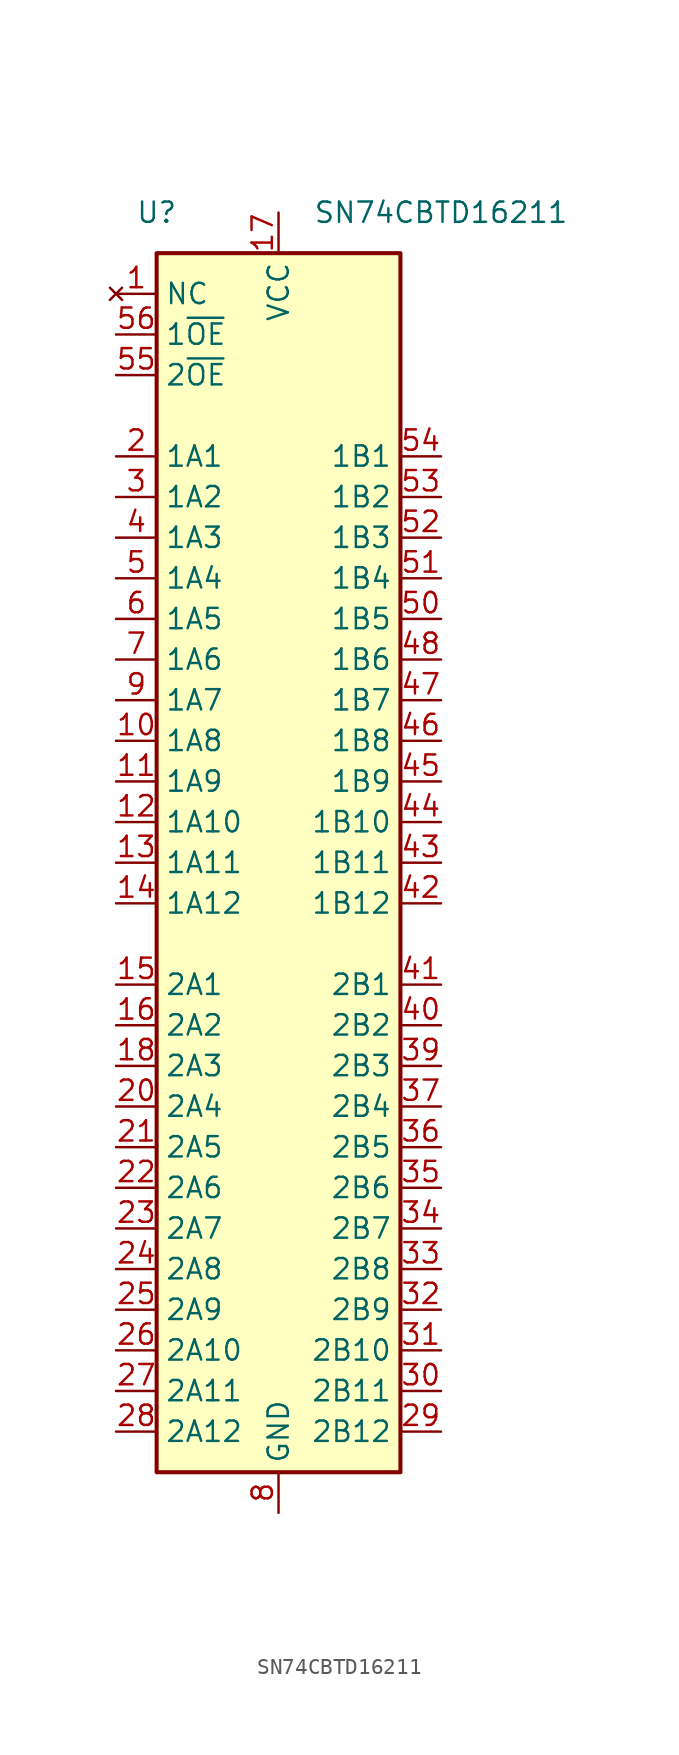
<source format=kicad_sym>
(kicad_symbol_lib
  (version 20201005)
  (generator kicad_symbol_editor)
  (symbol "SN74CBTD16211"
    (property "Reference" "U"
      (at -7.62 40.64 0)
      (effects (font (size 1.27 1.27))))
    (property "Value" "SN74CBTD16211"
      (at 10.16 40.64 0)
      (effects (font (size 1.27 1.27))))
    (symbol "SN74CBTD16211_0_1"
      (rectangle (start -7.62 38.1) (end 7.62 -38.1) (stroke (width 0.254)) (fill (type background))))
    (symbol "SN74CBTD16211_1_0"
      (pin bidirectional line (at -10.16 7.62 0) (length 2.54) (name "1A8" (effects (font (size 1.27 1.27)))) (number "10" (effects (font (size 1.27 1.27)))))
      (pin bidirectional line (at -10.16 5.08 0) (length 2.54) (name "1A9" (effects (font (size 1.27 1.27)))) (number "11" (effects (font (size 1.27 1.27)))))
      (pin bidirectional line (at -10.16 2.54 0) (length 2.54) (name "1A10" (effects (font (size 1.27 1.27)))) (number "12" (effects (font (size 1.27 1.27)))))
      (pin bidirectional line (at -10.16 0 0) (length 2.54) (name "1A11" (effects (font (size 1.27 1.27)))) (number "13" (effects (font (size 1.27 1.27)))))
      (pin bidirectional line (at -10.16 -2.54 0) (length 2.54) (name "1A12" (effects (font (size 1.27 1.27)))) (number "14" (effects (font (size 1.27 1.27)))))
      (pin bidirectional line (at -10.16 -7.62 0) (length 2.54) (name "2A1" (effects (font (size 1.27 1.27)))) (number "15" (effects (font (size 1.27 1.27)))))
      (pin bidirectional line (at -10.16 -10.16 0) (length 2.54) (name "2A2" (effects (font (size 1.27 1.27)))) (number "16" (effects (font (size 1.27 1.27)))))
      (pin power_in line (at 0 40.64 270) (length 2.54) (name "VCC" (effects (font (size 1.27 1.27)))) (number "17" (effects (font (size 1.27 1.27)))))
      (pin bidirectional line (at -10.16 -12.7 0) (length 2.54) (name "2A3" (effects (font (size 1.27 1.27)))) (number "18" (effects (font (size 1.27 1.27)))))
      (pin passive line (at 0 -40.64 90) (length 2.54) hide (name "GND" (effects (font (size 1.27 1.27)))) (number "19" (effects (font (size 1.27 1.27)))))
      (pin bidirectional line (at -10.16 25.4 0) (length 2.54) (name "1A1" (effects (font (size 1.27 1.27)))) (number "2" (effects (font (size 1.27 1.27)))))
      (pin bidirectional line (at -10.16 -15.24 0) (length 2.54) (name "2A4" (effects (font (size 1.27 1.27)))) (number "20" (effects (font (size 1.27 1.27)))))
      (pin bidirectional line (at -10.16 -17.78 0) (length 2.54) (name "2A5" (effects (font (size 1.27 1.27)))) (number "21" (effects (font (size 1.27 1.27)))))
      (pin bidirectional line (at -10.16 -20.32 0) (length 2.54) (name "2A6" (effects (font (size 1.27 1.27)))) (number "22" (effects (font (size 1.27 1.27)))))
      (pin bidirectional line (at -10.16 -22.86 0) (length 2.54) (name "2A7" (effects (font (size 1.27 1.27)))) (number "23" (effects (font (size 1.27 1.27)))))
      (pin bidirectional line (at -10.16 -25.4 0) (length 2.54) (name "2A8" (effects (font (size 1.27 1.27)))) (number "24" (effects (font (size 1.27 1.27)))))
      (pin bidirectional line (at -10.16 -27.94 0) (length 2.54) (name "2A9" (effects (font (size 1.27 1.27)))) (number "25" (effects (font (size 1.27 1.27)))))
      (pin bidirectional line (at -10.16 -30.48 0) (length 2.54) (name "2A10" (effects (font (size 1.27 1.27)))) (number "26" (effects (font (size 1.27 1.27)))))
      (pin bidirectional line (at -10.16 -33.02 0) (length 2.54) (name "2A11" (effects (font (size 1.27 1.27)))) (number "27" (effects (font (size 1.27 1.27)))))
      (pin bidirectional line (at -10.16 -35.56 0) (length 2.54) (name "2A12" (effects (font (size 1.27 1.27)))) (number "28" (effects (font (size 1.27 1.27)))))
      (pin bidirectional line (at 10.16 -35.56 180) (length 2.54) (name "2B12" (effects (font (size 1.27 1.27)))) (number "29" (effects (font (size 1.27 1.27)))))
      (pin bidirectional line (at -10.16 22.86 0) (length 2.54) (name "1A2" (effects (font (size 1.27 1.27)))) (number "3" (effects (font (size 1.27 1.27)))))
      (pin bidirectional line (at 10.16 -33.02 180) (length 2.54) (name "2B11" (effects (font (size 1.27 1.27)))) (number "30" (effects (font (size 1.27 1.27)))))
      (pin bidirectional line (at 10.16 -30.48 180) (length 2.54) (name "2B10" (effects (font (size 1.27 1.27)))) (number "31" (effects (font (size 1.27 1.27)))))
      (pin bidirectional line (at 10.16 -27.94 180) (length 2.54) (name "2B9" (effects (font (size 1.27 1.27)))) (number "32" (effects (font (size 1.27 1.27)))))
      (pin bidirectional line (at 10.16 -25.4 180) (length 2.54) (name "2B8" (effects (font (size 1.27 1.27)))) (number "33" (effects (font (size 1.27 1.27)))))
      (pin bidirectional line (at 10.16 -22.86 180) (length 2.54) (name "2B7" (effects (font (size 1.27 1.27)))) (number "34" (effects (font (size 1.27 1.27)))))
      (pin bidirectional line (at 10.16 -20.32 180) (length 2.54) (name "2B6" (effects (font (size 1.27 1.27)))) (number "35" (effects (font (size 1.27 1.27)))))
      (pin bidirectional line (at 10.16 -17.78 180) (length 2.54) (name "2B5" (effects (font (size 1.27 1.27)))) (number "36" (effects (font (size 1.27 1.27)))))
      (pin bidirectional line (at 10.16 -15.24 180) (length 2.54) (name "2B4" (effects (font (size 1.27 1.27)))) (number "37" (effects (font (size 1.27 1.27)))))
      (pin passive line (at 0 -40.64 90) (length 2.54) hide (name "GND" (effects (font (size 1.27 1.27)))) (number "38" (effects (font (size 1.27 1.27)))))
      (pin bidirectional line (at 10.16 -12.7 180) (length 2.54) (name "2B3" (effects (font (size 1.27 1.27)))) (number "39" (effects (font (size 1.27 1.27)))))
      (pin bidirectional line (at -10.16 20.32 0) (length 2.54) (name "1A3" (effects (font (size 1.27 1.27)))) (number "4" (effects (font (size 1.27 1.27)))))
      (pin bidirectional line (at 10.16 -10.16 180) (length 2.54) (name "2B2" (effects (font (size 1.27 1.27)))) (number "40" (effects (font (size 1.27 1.27)))))
      (pin bidirectional line (at 10.16 -7.62 180) (length 2.54) (name "2B1" (effects (font (size 1.27 1.27)))) (number "41" (effects (font (size 1.27 1.27)))))
      (pin bidirectional line (at 10.16 -2.54 180) (length 2.54) (name "1B12" (effects (font (size 1.27 1.27)))) (number "42" (effects (font (size 1.27 1.27)))))
      (pin bidirectional line (at 10.16 0 180) (length 2.54) (name "1B11" (effects (font (size 1.27 1.27)))) (number "43" (effects (font (size 1.27 1.27)))))
      (pin bidirectional line (at 10.16 2.54 180) (length 2.54) (name "1B10" (effects (font (size 1.27 1.27)))) (number "44" (effects (font (size 1.27 1.27)))))
      (pin bidirectional line (at 10.16 5.08 180) (length 2.54) (name "1B9" (effects (font (size 1.27 1.27)))) (number "45" (effects (font (size 1.27 1.27)))))
      (pin bidirectional line (at 10.16 7.62 180) (length 2.54) (name "1B8" (effects (font (size 1.27 1.27)))) (number "46" (effects (font (size 1.27 1.27)))))
      (pin bidirectional line (at 10.16 10.16 180) (length 2.54) (name "1B7" (effects (font (size 1.27 1.27)))) (number "47" (effects (font (size 1.27 1.27)))))
      (pin bidirectional line (at 10.16 12.7 180) (length 2.54) (name "1B6" (effects (font (size 1.27 1.27)))) (number "48" (effects (font (size 1.27 1.27)))))
      (pin passive line (at 0 -40.64 90) (length 2.54) hide (name "GND" (effects (font (size 1.27 1.27)))) (number "49" (effects (font (size 1.27 1.27)))))
      (pin bidirectional line (at -10.16 17.78 0) (length 2.54) (name "1A4" (effects (font (size 1.27 1.27)))) (number "5" (effects (font (size 1.27 1.27)))))
      (pin bidirectional line (at 10.16 15.24 180) (length 2.54) (name "1B5" (effects (font (size 1.27 1.27)))) (number "50" (effects (font (size 1.27 1.27)))))
      (pin bidirectional line (at 10.16 17.78 180) (length 2.54) (name "1B4" (effects (font (size 1.27 1.27)))) (number "51" (effects (font (size 1.27 1.27)))))
      (pin bidirectional line (at 10.16 20.32 180) (length 2.54) (name "1B3" (effects (font (size 1.27 1.27)))) (number "52" (effects (font (size 1.27 1.27)))))
      (pin bidirectional line (at 10.16 22.86 180) (length 2.54) (name "1B2" (effects (font (size 1.27 1.27)))) (number "53" (effects (font (size 1.27 1.27)))))
      (pin bidirectional line (at 10.16 25.4 180) (length 2.54) (name "1B1" (effects (font (size 1.27 1.27)))) (number "54" (effects (font (size 1.27 1.27)))))
      (pin input line (at -10.16 30.48 0) (length 2.54) (name "2~OE~" (effects (font (size 1.27 1.27)))) (number "55" (effects (font (size 1.27 1.27)))))
      (pin input line (at -10.16 33.02 0) (length 2.54) (name "1~OE~" (effects (font (size 1.27 1.27)))) (number "56" (effects (font (size 1.27 1.27)))))
      (pin bidirectional line (at -10.16 15.24 0) (length 2.54) (name "1A5" (effects (font (size 1.27 1.27)))) (number "6" (effects (font (size 1.27 1.27)))))
      (pin bidirectional line (at -10.16 12.7 0) (length 2.54) (name "1A6" (effects (font (size 1.27 1.27)))) (number "7" (effects (font (size 1.27 1.27)))))
      (pin power_in line (at 0 -40.64 90) (length 2.54) (name "GND" (effects (font (size 1.27 1.27)))) (number "8" (effects (font (size 1.27 1.27)))))
      (pin bidirectional line (at -10.16 10.16 0) (length 2.54) (name "1A7" (effects (font (size 1.27 1.27)))) (number "9" (effects (font (size 1.27 1.27))))))
    (symbol "SN74CBTD16211_1_1"
      (pin no_connect line (at -10.16 35.56 0) (length 2.54) (name "NC" (effects (font (size 1.27 1.27)))) (number "1" (effects (font (size 1.27 1.27))))))))
</source>
